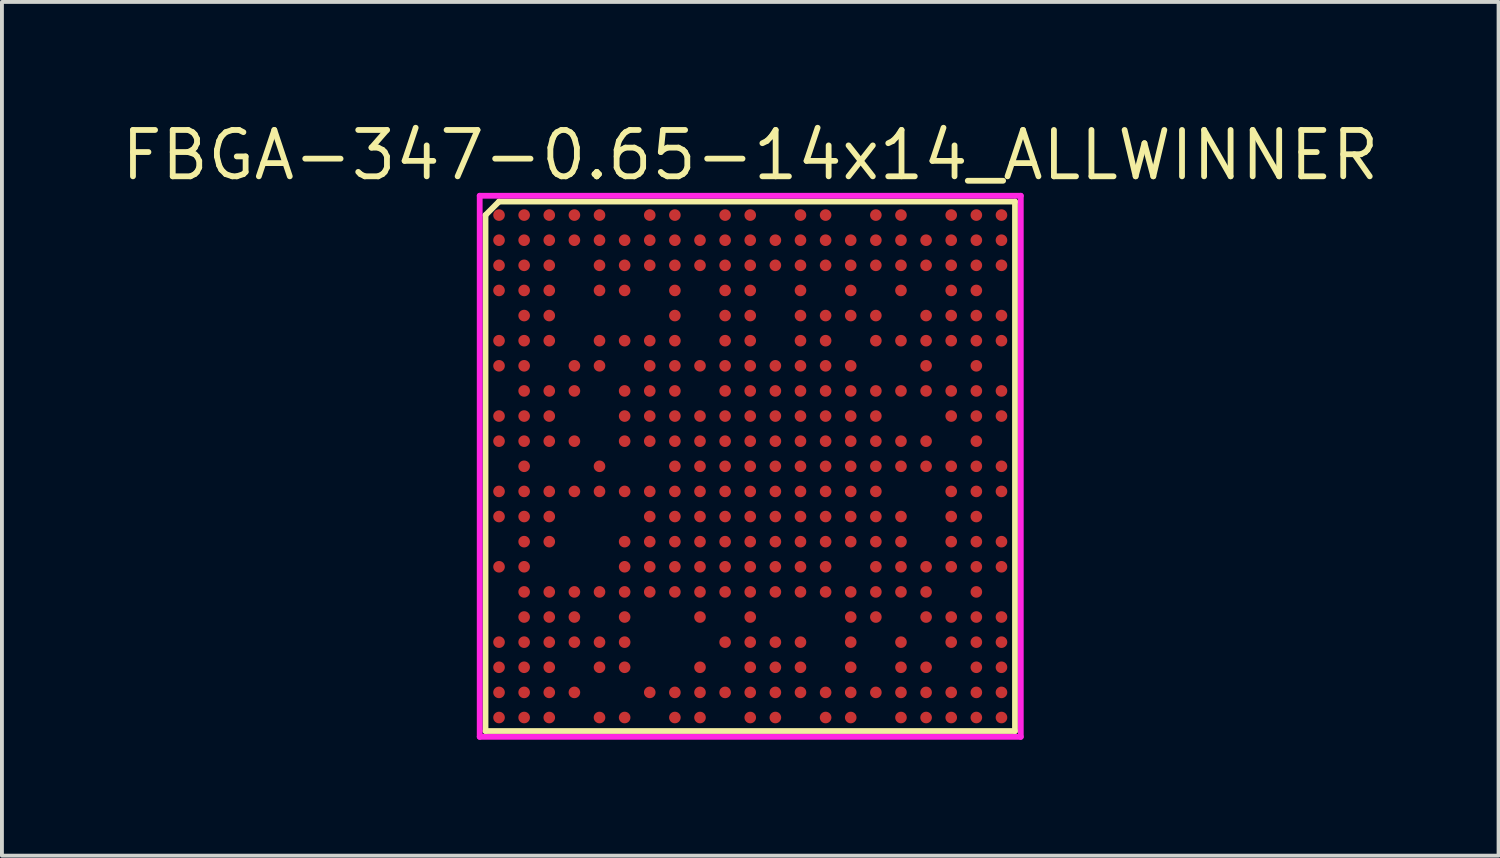
<source format=kicad_pcb>
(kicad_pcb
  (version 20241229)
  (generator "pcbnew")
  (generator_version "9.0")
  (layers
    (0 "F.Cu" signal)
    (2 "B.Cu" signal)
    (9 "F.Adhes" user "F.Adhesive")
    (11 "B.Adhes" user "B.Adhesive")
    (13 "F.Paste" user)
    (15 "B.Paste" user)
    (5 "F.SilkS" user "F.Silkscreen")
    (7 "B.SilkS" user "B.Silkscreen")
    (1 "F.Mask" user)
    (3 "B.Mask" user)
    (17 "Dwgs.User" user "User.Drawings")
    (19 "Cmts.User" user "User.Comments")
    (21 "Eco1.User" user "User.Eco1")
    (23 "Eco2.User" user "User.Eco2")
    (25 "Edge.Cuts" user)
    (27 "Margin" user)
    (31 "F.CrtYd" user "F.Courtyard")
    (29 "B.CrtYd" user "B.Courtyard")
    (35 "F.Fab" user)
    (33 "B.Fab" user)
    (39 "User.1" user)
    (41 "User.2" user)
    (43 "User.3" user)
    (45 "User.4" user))
  (footprint "FBGA-347-0.65-14x14_ALLWINNER"
    (layer "F.Cu")
    (at 16.362 9.015)
    (property "Reference" "FBGA-347-0.65-14x14_ALLWINNER" (at 0 -8.05 0) (layer "F.SilkS") (effects (font (size 1.2 1.2) (thickness 0.15))))
    (attr through_hole)
    (fp_line (start -6.85 -6.5) (end -6.85 6.85) (stroke (width 0.15) (type solid)) (layer "F.SilkS"))
    (fp_line (start -6.85 6.85) (end 6.85 6.85) (stroke (width 0.15) (type solid)) (layer "F.SilkS"))
    (fp_line (start -6.5 -6.85) (end -6.85 -6.5) (stroke (width 0.15) (type solid)) (layer "F.SilkS"))
    (fp_line (start 6.85 -6.85) (end -6.5 -6.85) (stroke (width 0.15) (type solid)) (layer "F.SilkS"))
    (fp_line (start 6.85 6.85) (end 6.85 -6.85) (stroke (width 0.15) (type solid)) (layer "F.SilkS"))
    (fp_line (start -7 -7) (end 7 -7) (stroke (width 0.15) (type solid)) (layer "F.CrtYd"))
    (fp_line (start -7 7) (end -7 -7) (stroke (width 0.15) (type solid)) (layer "F.CrtYd"))
    (fp_line (start 7 -7) (end 7 7) (stroke (width 0.15) (type solid)) (layer "F.CrtYd"))
    (fp_line (start 7 7) (end -7 7) (stroke (width 0.15) (type solid)) (layer "F.CrtYd"))
    (pad "A1" smd circle (at -6.5 -6.5) (size 0.3 0.3) (layers "F.Cu" "F.Mask" "F.Paste"))
    (pad "A2" smd circle (at -5.85 -6.5) (size 0.3 0.3) (layers "F.Cu" "F.Mask" "F.Paste"))
    (pad "A3" smd circle (at -5.2 -6.5) (size 0.3 0.3) (layers "F.Cu" "F.Mask" "F.Paste"))
    (pad "A4" smd circle (at -4.55 -6.5) (size 0.3 0.3) (layers "F.Cu" "F.Mask" "F.Paste"))
    (pad "A5" smd circle (at -3.9 -6.5) (size 0.3 0.3) (layers "F.Cu" "F.Mask" "F.Paste"))
    (pad "A7" smd circle (at -2.6 -6.5) (size 0.3 0.3) (layers "F.Cu" "F.Mask" "F.Paste"))
    (pad "A8" smd circle (at -1.95 -6.5) (size 0.3 0.3) (layers "F.Cu" "F.Mask" "F.Paste"))
    (pad "A10" smd circle (at -0.65 -6.5) (size 0.3 0.3) (layers "F.Cu" "F.Mask" "F.Paste"))
    (pad "A11" smd circle (at 0 -6.5) (size 0.3 0.3) (layers "F.Cu" "F.Mask" "F.Paste"))
    (pad "A13" smd circle (at 1.3 -6.5) (size 0.3 0.3) (layers "F.Cu" "F.Mask" "F.Paste"))
    (pad "A14" smd circle (at 1.95 -6.5) (size 0.3 0.3) (layers "F.Cu" "F.Mask" "F.Paste"))
    (pad "A16" smd circle (at 3.25 -6.5) (size 0.3 0.3) (layers "F.Cu" "F.Mask" "F.Paste"))
    (pad "A17" smd circle (at 3.9 -6.5) (size 0.3 0.3) (layers "F.Cu" "F.Mask" "F.Paste"))
    (pad "A19" smd circle (at 5.2 -6.5) (size 0.3 0.3) (layers "F.Cu" "F.Mask" "F.Paste"))
    (pad "A20" smd circle (at 5.85 -6.5) (size 0.3 0.3) (layers "F.Cu" "F.Mask" "F.Paste"))
    (pad "A21" smd circle (at 6.5 -6.5) (size 0.3 0.3) (layers "F.Cu" "F.Mask" "F.Paste"))
    (pad "AA1" smd circle (at -6.5 6.5) (size 0.3 0.3) (layers "F.Cu" "F.Mask" "F.Paste"))
    (pad "AA2" smd circle (at -5.85 6.5) (size 0.3 0.3) (layers "F.Cu" "F.Mask" "F.Paste"))
    (pad "AA3" smd circle (at -5.2 6.5) (size 0.3 0.3) (layers "F.Cu" "F.Mask" "F.Paste"))
    (pad "AA5" smd circle (at -3.9 6.5) (size 0.3 0.3) (layers "F.Cu" "F.Mask" "F.Paste"))
    (pad "AA6" smd circle (at -3.25 6.5) (size 0.3 0.3) (layers "F.Cu" "F.Mask" "F.Paste"))
    (pad "AA8" smd circle (at -1.95 6.5) (size 0.3 0.3) (layers "F.Cu" "F.Mask" "F.Paste"))
    (pad "AA9" smd circle (at -1.3 6.5) (size 0.3 0.3) (layers "F.Cu" "F.Mask" "F.Paste"))
    (pad "AA11" smd circle (at 0 6.5) (size 0.3 0.3) (layers "F.Cu" "F.Mask" "F.Paste"))
    (pad "AA12" smd circle (at 0.65 6.5) (size 0.3 0.3) (layers "F.Cu" "F.Mask" "F.Paste"))
    (pad "AA14" smd circle (at 1.95 6.5) (size 0.3 0.3) (layers "F.Cu" "F.Mask" "F.Paste"))
    (pad "AA15" smd circle (at 2.6 6.5) (size 0.3 0.3) (layers "F.Cu" "F.Mask" "F.Paste"))
    (pad "AA17" smd circle (at 3.9 6.5) (size 0.3 0.3) (layers "F.Cu" "F.Mask" "F.Paste"))
    (pad "AA18" smd circle (at 4.55 6.5) (size 0.3 0.3) (layers "F.Cu" "F.Mask" "F.Paste"))
    (pad "AA19" smd circle (at 5.2 6.5) (size 0.3 0.3) (layers "F.Cu" "F.Mask" "F.Paste"))
    (pad "AA20" smd circle (at 5.85 6.5) (size 0.3 0.3) (layers "F.Cu" "F.Mask" "F.Paste"))
    (pad "AA21" smd circle (at 6.5 6.5) (size 0.3 0.3) (layers "F.Cu" "F.Mask" "F.Paste"))
    (pad "B1" smd circle (at -6.5 -5.85) (size 0.3 0.3) (layers "F.Cu" "F.Mask" "F.Paste"))
    (pad "B2" smd circle (at -5.85 -5.85) (size 0.3 0.3) (layers "F.Cu" "F.Mask" "F.Paste"))
    (pad "B3" smd circle (at -5.2 -5.85) (size 0.3 0.3) (layers "F.Cu" "F.Mask" "F.Paste"))
    (pad "B4" smd circle (at -4.55 -5.85) (size 0.3 0.3) (layers "F.Cu" "F.Mask" "F.Paste"))
    (pad "B5" smd circle (at -3.9 -5.85) (size 0.3 0.3) (layers "F.Cu" "F.Mask" "F.Paste"))
    (pad "B6" smd circle (at -3.25 -5.85) (size 0.3 0.3) (layers "F.Cu" "F.Mask" "F.Paste"))
    (pad "B7" smd circle (at -2.6 -5.85) (size 0.3 0.3) (layers "F.Cu" "F.Mask" "F.Paste"))
    (pad "B8" smd circle (at -1.95 -5.85) (size 0.3 0.3) (layers "F.Cu" "F.Mask" "F.Paste"))
    (pad "B9" smd circle (at -1.3 -5.85) (size 0.3 0.3) (layers "F.Cu" "F.Mask" "F.Paste"))
    (pad "B10" smd circle (at -0.65 -5.85) (size 0.3 0.3) (layers "F.Cu" "F.Mask" "F.Paste"))
    (pad "B11" smd circle (at 0 -5.85) (size 0.3 0.3) (layers "F.Cu" "F.Mask" "F.Paste"))
    (pad "B12" smd circle (at 0.65 -5.85) (size 0.3 0.3) (layers "F.Cu" "F.Mask" "F.Paste"))
    (pad "B13" smd circle (at 1.3 -5.85) (size 0.3 0.3) (layers "F.Cu" "F.Mask" "F.Paste"))
    (pad "B14" smd circle (at 1.95 -5.85) (size 0.3 0.3) (layers "F.Cu" "F.Mask" "F.Paste"))
    (pad "B15" smd circle (at 2.6 -5.85) (size 0.3 0.3) (layers "F.Cu" "F.Mask" "F.Paste"))
    (pad "B16" smd circle (at 3.25 -5.85) (size 0.3 0.3) (layers "F.Cu" "F.Mask" "F.Paste"))
    (pad "B17" smd circle (at 3.9 -5.85) (size 0.3 0.3) (layers "F.Cu" "F.Mask" "F.Paste"))
    (pad "B18" smd circle (at 4.55 -5.85) (size 0.3 0.3) (layers "F.Cu" "F.Mask" "F.Paste"))
    (pad "B19" smd circle (at 5.2 -5.85) (size 0.3 0.3) (layers "F.Cu" "F.Mask" "F.Paste"))
    (pad "B20" smd circle (at 5.85 -5.85) (size 0.3 0.3) (layers "F.Cu" "F.Mask" "F.Paste"))
    (pad "B21" smd circle (at 6.5 -5.85) (size 0.3 0.3) (layers "F.Cu" "F.Mask" "F.Paste"))
    (pad "C1" smd circle (at -6.5 -5.2) (size 0.3 0.3) (layers "F.Cu" "F.Mask" "F.Paste"))
    (pad "C2" smd circle (at -5.85 -5.2) (size 0.3 0.3) (layers "F.Cu" "F.Mask" "F.Paste"))
    (pad "C3" smd circle (at -5.2 -5.2) (size 0.3 0.3) (layers "F.Cu" "F.Mask" "F.Paste"))
    (pad "C5" smd circle (at -3.9 -5.2) (size 0.3 0.3) (layers "F.Cu" "F.Mask" "F.Paste"))
    (pad "C6" smd circle (at -3.25 -5.2) (size 0.3 0.3) (layers "F.Cu" "F.Mask" "F.Paste"))
    (pad "C7" smd circle (at -2.6 -5.2) (size 0.3 0.3) (layers "F.Cu" "F.Mask" "F.Paste"))
    (pad "C8" smd circle (at -1.95 -5.2) (size 0.3 0.3) (layers "F.Cu" "F.Mask" "F.Paste"))
    (pad "C9" smd circle (at -1.3 -5.2) (size 0.3 0.3) (layers "F.Cu" "F.Mask" "F.Paste"))
    (pad "C10" smd circle (at -0.65 -5.2) (size 0.3 0.3) (layers "F.Cu" "F.Mask" "F.Paste"))
    (pad "C11" smd circle (at 0 -5.2) (size 0.3 0.3) (layers "F.Cu" "F.Mask" "F.Paste"))
    (pad "C12" smd circle (at 0.65 -5.2) (size 0.3 0.3) (layers "F.Cu" "F.Mask" "F.Paste"))
    (pad "C13" smd circle (at 1.3 -5.2) (size 0.3 0.3) (layers "F.Cu" "F.Mask" "F.Paste"))
    (pad "C14" smd circle (at 1.95 -5.2) (size 0.3 0.3) (layers "F.Cu" "F.Mask" "F.Paste"))
    (pad "C15" smd circle (at 2.6 -5.2) (size 0.3 0.3) (layers "F.Cu" "F.Mask" "F.Paste"))
    (pad "C16" smd circle (at 3.25 -5.2) (size 0.3 0.3) (layers "F.Cu" "F.Mask" "F.Paste"))
    (pad "C17" smd circle (at 3.9 -5.2) (size 0.3 0.3) (layers "F.Cu" "F.Mask" "F.Paste"))
    (pad "C18" smd circle (at 4.55 -5.2) (size 0.3 0.3) (layers "F.Cu" "F.Mask" "F.Paste"))
    (pad "C19" smd circle (at 5.2 -5.2) (size 0.3 0.3) (layers "F.Cu" "F.Mask" "F.Paste"))
    (pad "C20" smd circle (at 5.85 -5.2) (size 0.3 0.3) (layers "F.Cu" "F.Mask" "F.Paste"))
    (pad "C21" smd circle (at 6.5 -5.2) (size 0.3 0.3) (layers "F.Cu" "F.Mask" "F.Paste"))
    (pad "D1" smd circle (at -6.5 -4.55) (size 0.3 0.3) (layers "F.Cu" "F.Mask" "F.Paste"))
    (pad "D2" smd circle (at -5.85 -4.55) (size 0.3 0.3) (layers "F.Cu" "F.Mask" "F.Paste"))
    (pad "D3" smd circle (at -5.2 -4.55) (size 0.3 0.3) (layers "F.Cu" "F.Mask" "F.Paste"))
    (pad "D5" smd circle (at -3.9 -4.55) (size 0.3 0.3) (layers "F.Cu" "F.Mask" "F.Paste"))
    (pad "D6" smd circle (at -3.25 -4.55) (size 0.3 0.3) (layers "F.Cu" "F.Mask" "F.Paste"))
    (pad "D8" smd circle (at -1.95 -4.55) (size 0.3 0.3) (layers "F.Cu" "F.Mask" "F.Paste"))
    (pad "D10" smd circle (at -0.65 -4.55) (size 0.3 0.3) (layers "F.Cu" "F.Mask" "F.Paste"))
    (pad "D11" smd circle (at 0 -4.55) (size 0.3 0.3) (layers "F.Cu" "F.Mask" "F.Paste"))
    (pad "D13" smd circle (at 1.3 -4.55) (size 0.3 0.3) (layers "F.Cu" "F.Mask" "F.Paste"))
    (pad "D15" smd circle (at 2.6 -4.55) (size 0.3 0.3) (layers "F.Cu" "F.Mask" "F.Paste"))
    (pad "D17" smd circle (at 3.9 -4.55) (size 0.3 0.3) (layers "F.Cu" "F.Mask" "F.Paste"))
    (pad "D19" smd circle (at 5.2 -4.55) (size 0.3 0.3) (layers "F.Cu" "F.Mask" "F.Paste"))
    (pad "D20" smd circle (at 5.85 -4.55) (size 0.3 0.3) (layers "F.Cu" "F.Mask" "F.Paste"))
    (pad "E2" smd circle (at -5.85 -3.9) (size 0.3 0.3) (layers "F.Cu" "F.Mask" "F.Paste"))
    (pad "E3" smd circle (at -5.2 -3.9) (size 0.3 0.3) (layers "F.Cu" "F.Mask" "F.Paste"))
    (pad "E8" smd circle (at -1.95 -3.9) (size 0.3 0.3) (layers "F.Cu" "F.Mask" "F.Paste"))
    (pad "E10" smd circle (at -0.65 -3.9) (size 0.3 0.3) (layers "F.Cu" "F.Mask" "F.Paste"))
    (pad "E11" smd circle (at 0 -3.9) (size 0.3 0.3) (layers "F.Cu" "F.Mask" "F.Paste"))
    (pad "E13" smd circle (at 1.3 -3.9) (size 0.3 0.3) (layers "F.Cu" "F.Mask" "F.Paste"))
    (pad "E14" smd circle (at 1.95 -3.9) (size 0.3 0.3) (layers "F.Cu" "F.Mask" "F.Paste"))
    (pad "E15" smd circle (at 2.6 -3.9) (size 0.3 0.3) (layers "F.Cu" "F.Mask" "F.Paste"))
    (pad "E16" smd circle (at 3.25 -3.9) (size 0.3 0.3) (layers "F.Cu" "F.Mask" "F.Paste"))
    (pad "E18" smd circle (at 4.55 -3.9) (size 0.3 0.3) (layers "F.Cu" "F.Mask" "F.Paste"))
    (pad "E19" smd circle (at 5.2 -3.9) (size 0.3 0.3) (layers "F.Cu" "F.Mask" "F.Paste"))
    (pad "E20" smd circle (at 5.85 -3.9) (size 0.3 0.3) (layers "F.Cu" "F.Mask" "F.Paste"))
    (pad "E21" smd circle (at 6.5 -3.9) (size 0.3 0.3) (layers "F.Cu" "F.Mask" "F.Paste"))
    (pad "F1" smd circle (at -6.5 -3.25) (size 0.3 0.3) (layers "F.Cu" "F.Mask" "F.Paste"))
    (pad "F2" smd circle (at -5.85 -3.25) (size 0.3 0.3) (layers "F.Cu" "F.Mask" "F.Paste"))
    (pad "F3" smd circle (at -5.2 -3.25) (size 0.3 0.3) (layers "F.Cu" "F.Mask" "F.Paste"))
    (pad "F5" smd circle (at -3.9 -3.25) (size 0.3 0.3) (layers "F.Cu" "F.Mask" "F.Paste"))
    (pad "F6" smd circle (at -3.25 -3.25) (size 0.3 0.3) (layers "F.Cu" "F.Mask" "F.Paste"))
    (pad "F7" smd circle (at -2.6 -3.25) (size 0.3 0.3) (layers "F.Cu" "F.Mask" "F.Paste"))
    (pad "F8" smd circle (at -1.95 -3.25) (size 0.3 0.3) (layers "F.Cu" "F.Mask" "F.Paste"))
    (pad "F10" smd circle (at -0.65 -3.25) (size 0.3 0.3) (layers "F.Cu" "F.Mask" "F.Paste"))
    (pad "F11" smd circle (at 0 -3.25) (size 0.3 0.3) (layers "F.Cu" "F.Mask" "F.Paste"))
    (pad "F13" smd circle (at 1.3 -3.25) (size 0.3 0.3) (layers "F.Cu" "F.Mask" "F.Paste"))
    (pad "F14" smd circle (at 1.95 -3.25) (size 0.3 0.3) (layers "F.Cu" "F.Mask" "F.Paste"))
    (pad "F16" smd circle (at 3.25 -3.25) (size 0.3 0.3) (layers "F.Cu" "F.Mask" "F.Paste"))
    (pad "F17" smd circle (at 3.9 -3.25) (size 0.3 0.3) (layers "F.Cu" "F.Mask" "F.Paste"))
    (pad "F18" smd circle (at 4.55 -3.25) (size 0.3 0.3) (layers "F.Cu" "F.Mask" "F.Paste"))
    (pad "F19" smd circle (at 5.2 -3.25) (size 0.3 0.3) (layers "F.Cu" "F.Mask" "F.Paste"))
    (pad "F20" smd circle (at 5.85 -3.25) (size 0.3 0.3) (layers "F.Cu" "F.Mask" "F.Paste"))
    (pad "F21" smd circle (at 6.5 -3.25) (size 0.3 0.3) (layers "F.Cu" "F.Mask" "F.Paste"))
    (pad "G1" smd circle (at -6.5 -2.6) (size 0.3 0.3) (layers "F.Cu" "F.Mask" "F.Paste"))
    (pad "G2" smd circle (at -5.85 -2.6) (size 0.3 0.3) (layers "F.Cu" "F.Mask" "F.Paste"))
    (pad "G4" smd circle (at -4.55 -2.6) (size 0.3 0.3) (layers "F.Cu" "F.Mask" "F.Paste"))
    (pad "G5" smd circle (at -3.9 -2.6) (size 0.3 0.3) (layers "F.Cu" "F.Mask" "F.Paste"))
    (pad "G7" smd circle (at -2.6 -2.6) (size 0.3 0.3) (layers "F.Cu" "F.Mask" "F.Paste"))
    (pad "G8" smd circle (at -1.95 -2.6) (size 0.3 0.3) (layers "F.Cu" "F.Mask" "F.Paste"))
    (pad "G9" smd circle (at -1.3 -2.6) (size 0.3 0.3) (layers "F.Cu" "F.Mask" "F.Paste"))
    (pad "G10" smd circle (at -0.65 -2.6) (size 0.3 0.3) (layers "F.Cu" "F.Mask" "F.Paste"))
    (pad "G11" smd circle (at 0 -2.6) (size 0.3 0.3) (layers "F.Cu" "F.Mask" "F.Paste"))
    (pad "G12" smd circle (at 0.65 -2.6) (size 0.3 0.3) (layers "F.Cu" "F.Mask" "F.Paste"))
    (pad "G13" smd circle (at 1.3 -2.6) (size 0.3 0.3) (layers "F.Cu" "F.Mask" "F.Paste"))
    (pad "G14" smd circle (at 1.95 -2.6) (size 0.3 0.3) (layers "F.Cu" "F.Mask" "F.Paste"))
    (pad "G15" smd circle (at 2.6 -2.6) (size 0.3 0.3) (layers "F.Cu" "F.Mask" "F.Paste"))
    (pad "G18" smd circle (at 4.55 -2.6) (size 0.3 0.3) (layers "F.Cu" "F.Mask" "F.Paste"))
    (pad "G20" smd circle (at 5.85 -2.6) (size 0.3 0.3) (layers "F.Cu" "F.Mask" "F.Paste"))
    (pad "H2" smd circle (at -5.85 -1.95) (size 0.3 0.3) (layers "F.Cu" "F.Mask" "F.Paste"))
    (pad "H3" smd circle (at -5.2 -1.95) (size 0.3 0.3) (layers "F.Cu" "F.Mask" "F.Paste"))
    (pad "H4" smd circle (at -4.55 -1.95) (size 0.3 0.3) (layers "F.Cu" "F.Mask" "F.Paste"))
    (pad "H6" smd circle (at -3.25 -1.95) (size 0.3 0.3) (layers "F.Cu" "F.Mask" "F.Paste"))
    (pad "H7" smd circle (at -2.6 -1.95) (size 0.3 0.3) (layers "F.Cu" "F.Mask" "F.Paste"))
    (pad "H8" smd circle (at -1.95 -1.95) (size 0.3 0.3) (layers "F.Cu" "F.Mask" "F.Paste"))
    (pad "H10" smd circle (at -0.65 -1.95) (size 0.3 0.3) (layers "F.Cu" "F.Mask" "F.Paste"))
    (pad "H11" smd circle (at 0 -1.95) (size 0.3 0.3) (layers "F.Cu" "F.Mask" "F.Paste"))
    (pad "H12" smd circle (at 0.65 -1.95) (size 0.3 0.3) (layers "F.Cu" "F.Mask" "F.Paste"))
    (pad "H13" smd circle (at 1.3 -1.95) (size 0.3 0.3) (layers "F.Cu" "F.Mask" "F.Paste"))
    (pad "H14" smd circle (at 1.95 -1.95) (size 0.3 0.3) (layers "F.Cu" "F.Mask" "F.Paste"))
    (pad "H15" smd circle (at 2.6 -1.95) (size 0.3 0.3) (layers "F.Cu" "F.Mask" "F.Paste"))
    (pad "H16" smd circle (at 3.25 -1.95) (size 0.3 0.3) (layers "F.Cu" "F.Mask" "F.Paste"))
    (pad "H17" smd circle (at 3.9 -1.95) (size 0.3 0.3) (layers "F.Cu" "F.Mask" "F.Paste"))
    (pad "H18" smd circle (at 4.55 -1.95) (size 0.3 0.3) (layers "F.Cu" "F.Mask" "F.Paste"))
    (pad "H19" smd circle (at 5.2 -1.95) (size 0.3 0.3) (layers "F.Cu" "F.Mask" "F.Paste"))
    (pad "H20" smd circle (at 5.85 -1.95) (size 0.3 0.3) (layers "F.Cu" "F.Mask" "F.Paste"))
    (pad "H21" smd circle (at 6.5 -1.95) (size 0.3 0.3) (layers "F.Cu" "F.Mask" "F.Paste"))
    (pad "J1" smd circle (at -6.5 -1.3) (size 0.3 0.3) (layers "F.Cu" "F.Mask" "F.Paste"))
    (pad "J2" smd circle (at -5.85 -1.3) (size 0.3 0.3) (layers "F.Cu" "F.Mask" "F.Paste"))
    (pad "J3" smd circle (at -5.2 -1.3) (size 0.3 0.3) (layers "F.Cu" "F.Mask" "F.Paste"))
    (pad "J6" smd circle (at -3.25 -1.3) (size 0.3 0.3) (layers "F.Cu" "F.Mask" "F.Paste"))
    (pad "J7" smd circle (at -2.6 -1.3) (size 0.3 0.3) (layers "F.Cu" "F.Mask" "F.Paste"))
    (pad "J8" smd circle (at -1.95 -1.3) (size 0.3 0.3) (layers "F.Cu" "F.Mask" "F.Paste"))
    (pad "J9" smd circle (at -1.3 -1.3) (size 0.3 0.3) (layers "F.Cu" "F.Mask" "F.Paste"))
    (pad "J10" smd circle (at -0.65 -1.3) (size 0.3 0.3) (layers "F.Cu" "F.Mask" "F.Paste"))
    (pad "J11" smd circle (at 0 -1.3) (size 0.3 0.3) (layers "F.Cu" "F.Mask" "F.Paste"))
    (pad "J12" smd circle (at 0.65 -1.3) (size 0.3 0.3) (layers "F.Cu" "F.Mask" "F.Paste"))
    (pad "J13" smd circle (at 1.3 -1.3) (size 0.3 0.3) (layers "F.Cu" "F.Mask" "F.Paste"))
    (pad "J14" smd circle (at 1.95 -1.3) (size 0.3 0.3) (layers "F.Cu" "F.Mask" "F.Paste"))
    (pad "J15" smd circle (at 2.6 -1.3) (size 0.3 0.3) (layers "F.Cu" "F.Mask" "F.Paste"))
    (pad "J16" smd circle (at 3.25 -1.3) (size 0.3 0.3) (layers "F.Cu" "F.Mask" "F.Paste"))
    (pad "J19" smd circle (at 5.2 -1.3) (size 0.3 0.3) (layers "F.Cu" "F.Mask" "F.Paste"))
    (pad "J20" smd circle (at 5.85 -1.3) (size 0.3 0.3) (layers "F.Cu" "F.Mask" "F.Paste"))
    (pad "J21" smd circle (at 6.5 -1.3) (size 0.3 0.3) (layers "F.Cu" "F.Mask" "F.Paste"))
    (pad "K1" smd circle (at -6.5 -0.65) (size 0.3 0.3) (layers "F.Cu" "F.Mask" "F.Paste"))
    (pad "K2" smd circle (at -5.85 -0.65) (size 0.3 0.3) (layers "F.Cu" "F.Mask" "F.Paste"))
    (pad "K3" smd circle (at -5.2 -0.65) (size 0.3 0.3) (layers "F.Cu" "F.Mask" "F.Paste"))
    (pad "K4" smd circle (at -4.55 -0.65) (size 0.3 0.3) (layers "F.Cu" "F.Mask" "F.Paste"))
    (pad "K6" smd circle (at -3.25 -0.65) (size 0.3 0.3) (layers "F.Cu" "F.Mask" "F.Paste"))
    (pad "K7" smd circle (at -2.6 -0.65) (size 0.3 0.3) (layers "F.Cu" "F.Mask" "F.Paste"))
    (pad "K8" smd circle (at -1.95 -0.65) (size 0.3 0.3) (layers "F.Cu" "F.Mask" "F.Paste"))
    (pad "K9" smd circle (at -1.3 -0.65) (size 0.3 0.3) (layers "F.Cu" "F.Mask" "F.Paste"))
    (pad "K10" smd circle (at -0.65 -0.65) (size 0.3 0.3) (layers "F.Cu" "F.Mask" "F.Paste"))
    (pad "K11" smd circle (at 0 -0.65) (size 0.3 0.3) (layers "F.Cu" "F.Mask" "F.Paste"))
    (pad "K12" smd circle (at 0.65 -0.65) (size 0.3 0.3) (layers "F.Cu" "F.Mask" "F.Paste"))
    (pad "K13" smd circle (at 1.3 -0.65) (size 0.3 0.3) (layers "F.Cu" "F.Mask" "F.Paste"))
    (pad "K14" smd circle (at 1.95 -0.65) (size 0.3 0.3) (layers "F.Cu" "F.Mask" "F.Paste"))
    (pad "K15" smd circle (at 2.6 -0.65) (size 0.3 0.3) (layers "F.Cu" "F.Mask" "F.Paste"))
    (pad "K16" smd circle (at 3.25 -0.65) (size 0.3 0.3) (layers "F.Cu" "F.Mask" "F.Paste"))
    (pad "K17" smd circle (at 3.9 -0.65) (size 0.3 0.3) (layers "F.Cu" "F.Mask" "F.Paste"))
    (pad "K18" smd circle (at 4.55 -0.65) (size 0.3 0.3) (layers "F.Cu" "F.Mask" "F.Paste"))
    (pad "K20" smd circle (at 5.85 -0.65) (size 0.3 0.3) (layers "F.Cu" "F.Mask" "F.Paste"))
    (pad "L2" smd circle (at -5.85 0) (size 0.3 0.3) (layers "F.Cu" "F.Mask" "F.Paste"))
    (pad "L5" smd circle (at -3.9 0) (size 0.3 0.3) (layers "F.Cu" "F.Mask" "F.Paste"))
    (pad "L8" smd circle (at -1.95 0) (size 0.3 0.3) (layers "F.Cu" "F.Mask" "F.Paste"))
    (pad "L9" smd circle (at -1.3 0) (size 0.3 0.3) (layers "F.Cu" "F.Mask" "F.Paste"))
    (pad "L10" smd circle (at -0.65 0) (size 0.3 0.3) (layers "F.Cu" "F.Mask" "F.Paste"))
    (pad "L11" smd circle (at 0 0) (size 0.3 0.3) (layers "F.Cu" "F.Mask" "F.Paste"))
    (pad "L12" smd circle (at 0.65 0) (size 0.3 0.3) (layers "F.Cu" "F.Mask" "F.Paste"))
    (pad "L13" smd circle (at 1.3 0) (size 0.3 0.3) (layers "F.Cu" "F.Mask" "F.Paste"))
    (pad "L14" smd circle (at 1.95 0) (size 0.3 0.3) (layers "F.Cu" "F.Mask" "F.Paste"))
    (pad "L15" smd circle (at 2.6 0) (size 0.3 0.3) (layers "F.Cu" "F.Mask" "F.Paste"))
    (pad "L16" smd circle (at 3.25 0) (size 0.3 0.3) (layers "F.Cu" "F.Mask" "F.Paste"))
    (pad "L17" smd circle (at 3.9 0) (size 0.3 0.3) (layers "F.Cu" "F.Mask" "F.Paste"))
    (pad "L18" smd circle (at 4.55 0) (size 0.3 0.3) (layers "F.Cu" "F.Mask" "F.Paste"))
    (pad "L19" smd circle (at 5.2 0) (size 0.3 0.3) (layers "F.Cu" "F.Mask" "F.Paste"))
    (pad "L20" smd circle (at 5.85 0) (size 0.3 0.3) (layers "F.Cu" "F.Mask" "F.Paste"))
    (pad "L21" smd circle (at 6.5 0) (size 0.3 0.3) (layers "F.Cu" "F.Mask" "F.Paste"))
    (pad "M1" smd circle (at -6.5 0.65) (size 0.3 0.3) (layers "F.Cu" "F.Mask" "F.Paste"))
    (pad "M2" smd circle (at -5.85 0.65) (size 0.3 0.3) (layers "F.Cu" "F.Mask" "F.Paste"))
    (pad "M3" smd circle (at -5.2 0.65) (size 0.3 0.3) (layers "F.Cu" "F.Mask" "F.Paste"))
    (pad "M4" smd circle (at -4.55 0.65) (size 0.3 0.3) (layers "F.Cu" "F.Mask" "F.Paste"))
    (pad "M5" smd circle (at -3.9 0.65) (size 0.3 0.3) (layers "F.Cu" "F.Mask" "F.Paste"))
    (pad "M6" smd circle (at -3.25 0.65) (size 0.3 0.3) (layers "F.Cu" "F.Mask" "F.Paste"))
    (pad "M7" smd circle (at -2.6 0.65) (size 0.3 0.3) (layers "F.Cu" "F.Mask" "F.Paste"))
    (pad "M8" smd circle (at -1.95 0.65) (size 0.3 0.3) (layers "F.Cu" "F.Mask" "F.Paste"))
    (pad "M9" smd circle (at -1.3 0.65) (size 0.3 0.3) (layers "F.Cu" "F.Mask" "F.Paste"))
    (pad "M10" smd circle (at -0.65 0.65) (size 0.3 0.3) (layers "F.Cu" "F.Mask" "F.Paste"))
    (pad "M11" smd circle (at 0 0.65) (size 0.3 0.3) (layers "F.Cu" "F.Mask" "F.Paste"))
    (pad "M12" smd circle (at 0.65 0.65) (size 0.3 0.3) (layers "F.Cu" "F.Mask" "F.Paste"))
    (pad "M13" smd circle (at 1.3 0.65) (size 0.3 0.3) (layers "F.Cu" "F.Mask" "F.Paste"))
    (pad "M14" smd circle (at 1.95 0.65) (size 0.3 0.3) (layers "F.Cu" "F.Mask" "F.Paste"))
    (pad "M15" smd circle (at 2.6 0.65) (size 0.3 0.3) (layers "F.Cu" "F.Mask" "F.Paste"))
    (pad "M16" smd circle (at 3.25 0.65) (size 0.3 0.3) (layers "F.Cu" "F.Mask" "F.Paste"))
    (pad "M19" smd circle (at 5.2 0.65) (size 0.3 0.3) (layers "F.Cu" "F.Mask" "F.Paste"))
    (pad "M20" smd circle (at 5.85 0.65) (size 0.3 0.3) (layers "F.Cu" "F.Mask" "F.Paste"))
    (pad "M21" smd circle (at 6.5 0.65) (size 0.3 0.3) (layers "F.Cu" "F.Mask" "F.Paste"))
    (pad "N1" smd circle (at -6.5 1.3) (size 0.3 0.3) (layers "F.Cu" "F.Mask" "F.Paste"))
    (pad "N2" smd circle (at -5.85 1.3) (size 0.3 0.3) (layers "F.Cu" "F.Mask" "F.Paste"))
    (pad "N3" smd circle (at -5.2 1.3) (size 0.3 0.3) (layers "F.Cu" "F.Mask" "F.Paste"))
    (pad "N7" smd circle (at -2.6 1.3) (size 0.3 0.3) (layers "F.Cu" "F.Mask" "F.Paste"))
    (pad "N8" smd circle (at -1.95 1.3) (size 0.3 0.3) (layers "F.Cu" "F.Mask" "F.Paste"))
    (pad "N9" smd circle (at -1.3 1.3) (size 0.3 0.3) (layers "F.Cu" "F.Mask" "F.Paste"))
    (pad "N10" smd circle (at -0.65 1.3) (size 0.3 0.3) (layers "F.Cu" "F.Mask" "F.Paste"))
    (pad "N11" smd circle (at 0 1.3) (size 0.3 0.3) (layers "F.Cu" "F.Mask" "F.Paste"))
    (pad "N12" smd circle (at 0.65 1.3) (size 0.3 0.3) (layers "F.Cu" "F.Mask" "F.Paste"))
    (pad "N13" smd circle (at 1.3 1.3) (size 0.3 0.3) (layers "F.Cu" "F.Mask" "F.Paste"))
    (pad "N14" smd circle (at 1.95 1.3) (size 0.3 0.3) (layers "F.Cu" "F.Mask" "F.Paste"))
    (pad "N15" smd circle (at 2.6 1.3) (size 0.3 0.3) (layers "F.Cu" "F.Mask" "F.Paste"))
    (pad "N16" smd circle (at 3.25 1.3) (size 0.3 0.3) (layers "F.Cu" "F.Mask" "F.Paste"))
    (pad "N17" smd circle (at 3.9 1.3) (size 0.3 0.3) (layers "F.Cu" "F.Mask" "F.Paste"))
    (pad "N19" smd circle (at 5.2 1.3) (size 0.3 0.3) (layers "F.Cu" "F.Mask" "F.Paste"))
    (pad "N20" smd circle (at 5.85 1.3) (size 0.3 0.3) (layers "F.Cu" "F.Mask" "F.Paste"))
    (pad "P2" smd circle (at -5.85 1.95) (size 0.3 0.3) (layers "F.Cu" "F.Mask" "F.Paste"))
    (pad "P3" smd circle (at -5.2 1.95) (size 0.3 0.3) (layers "F.Cu" "F.Mask" "F.Paste"))
    (pad "P6" smd circle (at -3.25 1.95) (size 0.3 0.3) (layers "F.Cu" "F.Mask" "F.Paste"))
    (pad "P7" smd circle (at -2.6 1.95) (size 0.3 0.3) (layers "F.Cu" "F.Mask" "F.Paste"))
    (pad "P8" smd circle (at -1.95 1.95) (size 0.3 0.3) (layers "F.Cu" "F.Mask" "F.Paste"))
    (pad "P9" smd circle (at -1.3 1.95) (size 0.3 0.3) (layers "F.Cu" "F.Mask" "F.Paste"))
    (pad "P10" smd circle (at -0.65 1.95) (size 0.3 0.3) (layers "F.Cu" "F.Mask" "F.Paste"))
    (pad "P11" smd circle (at 0 1.95) (size 0.3 0.3) (layers "F.Cu" "F.Mask" "F.Paste"))
    (pad "P12" smd circle (at 0.65 1.95) (size 0.3 0.3) (layers "F.Cu" "F.Mask" "F.Paste"))
    (pad "P13" smd circle (at 1.3 1.95) (size 0.3 0.3) (layers "F.Cu" "F.Mask" "F.Paste"))
    (pad "P14" smd circle (at 1.95 1.95) (size 0.3 0.3) (layers "F.Cu" "F.Mask" "F.Paste"))
    (pad "P15" smd circle (at 2.6 1.95) (size 0.3 0.3) (layers "F.Cu" "F.Mask" "F.Paste"))
    (pad "P16" smd circle (at 3.25 1.95) (size 0.3 0.3) (layers "F.Cu" "F.Mask" "F.Paste"))
    (pad "P17" smd circle (at 3.9 1.95) (size 0.3 0.3) (layers "F.Cu" "F.Mask" "F.Paste"))
    (pad "P19" smd circle (at 5.2 1.95) (size 0.3 0.3) (layers "F.Cu" "F.Mask" "F.Paste"))
    (pad "P20" smd circle (at 5.85 1.95) (size 0.3 0.3) (layers "F.Cu" "F.Mask" "F.Paste"))
    (pad "P21" smd circle (at 6.5 1.95) (size 0.3 0.3) (layers "F.Cu" "F.Mask" "F.Paste"))
    (pad "R1" smd circle (at -6.5 2.6) (size 0.3 0.3) (layers "F.Cu" "F.Mask" "F.Paste"))
    (pad "R2" smd circle (at -5.85 2.6) (size 0.3 0.3) (layers "F.Cu" "F.Mask" "F.Paste"))
    (pad "R6" smd circle (at -3.25 2.6) (size 0.3 0.3) (layers "F.Cu" "F.Mask" "F.Paste"))
    (pad "R7" smd circle (at -2.6 2.6) (size 0.3 0.3) (layers "F.Cu" "F.Mask" "F.Paste"))
    (pad "R8" smd circle (at -1.95 2.6) (size 0.3 0.3) (layers "F.Cu" "F.Mask" "F.Paste"))
    (pad "R9" smd circle (at -1.3 2.6) (size 0.3 0.3) (layers "F.Cu" "F.Mask" "F.Paste"))
    (pad "R10" smd circle (at -0.65 2.6) (size 0.3 0.3) (layers "F.Cu" "F.Mask" "F.Paste"))
    (pad "R11" smd circle (at 0 2.6) (size 0.3 0.3) (layers "F.Cu" "F.Mask" "F.Paste"))
    (pad "R12" smd circle (at 0.65 2.6) (size 0.3 0.3) (layers "F.Cu" "F.Mask" "F.Paste"))
    (pad "R13" smd circle (at 1.3 2.6) (size 0.3 0.3) (layers "F.Cu" "F.Mask" "F.Paste"))
    (pad "R14" smd circle (at 1.95 2.6) (size 0.3 0.3) (layers "F.Cu" "F.Mask" "F.Paste"))
    (pad "R16" smd circle (at 3.25 2.6) (size 0.3 0.3) (layers "F.Cu" "F.Mask" "F.Paste"))
    (pad "R17" smd circle (at 3.9 2.6) (size 0.3 0.3) (layers "F.Cu" "F.Mask" "F.Paste"))
    (pad "R18" smd circle (at 4.55 2.6) (size 0.3 0.3) (layers "F.Cu" "F.Mask" "F.Paste"))
    (pad "R19" smd circle (at 5.2 2.6) (size 0.3 0.3) (layers "F.Cu" "F.Mask" "F.Paste"))
    (pad "R20" smd circle (at 5.85 2.6) (size 0.3 0.3) (layers "F.Cu" "F.Mask" "F.Paste"))
    (pad "R21" smd circle (at 6.5 2.6) (size 0.3 0.3) (layers "F.Cu" "F.Mask" "F.Paste"))
    (pad "T2" smd circle (at -5.85 3.25) (size 0.3 0.3) (layers "F.Cu" "F.Mask" "F.Paste"))
    (pad "T3" smd circle (at -5.2 3.25) (size 0.3 0.3) (layers "F.Cu" "F.Mask" "F.Paste"))
    (pad "T4" smd circle (at -4.55 3.25) (size 0.3 0.3) (layers "F.Cu" "F.Mask" "F.Paste"))
    (pad "T5" smd circle (at -3.9 3.25) (size 0.3 0.3) (layers "F.Cu" "F.Mask" "F.Paste"))
    (pad "T6" smd circle (at -3.25 3.25) (size 0.3 0.3) (layers "F.Cu" "F.Mask" "F.Paste"))
    (pad "T7" smd circle (at -2.6 3.25) (size 0.3 0.3) (layers "F.Cu" "F.Mask" "F.Paste"))
    (pad "T8" smd circle (at -1.95 3.25) (size 0.3 0.3) (layers "F.Cu" "F.Mask" "F.Paste"))
    (pad "T9" smd circle (at -1.3 3.25) (size 0.3 0.3) (layers "F.Cu" "F.Mask" "F.Paste"))
    (pad "T10" smd circle (at -0.65 3.25) (size 0.3 0.3) (layers "F.Cu" "F.Mask" "F.Paste"))
    (pad "T11" smd circle (at 0 3.25) (size 0.3 0.3) (layers "F.Cu" "F.Mask" "F.Paste"))
    (pad "T12" smd circle (at 0.65 3.25) (size 0.3 0.3) (layers "F.Cu" "F.Mask" "F.Paste"))
    (pad "T13" smd circle (at 1.3 3.25) (size 0.3 0.3) (layers "F.Cu" "F.Mask" "F.Paste"))
    (pad "T14" smd circle (at 1.95 3.25) (size 0.3 0.3) (layers "F.Cu" "F.Mask" "F.Paste"))
    (pad "T15" smd circle (at 2.6 3.25) (size 0.3 0.3) (layers "F.Cu" "F.Mask" "F.Paste"))
    (pad "T16" smd circle (at 3.25 3.25) (size 0.3 0.3) (layers "F.Cu" "F.Mask" "F.Paste"))
    (pad "T17" smd circle (at 3.9 3.25) (size 0.3 0.3) (layers "F.Cu" "F.Mask" "F.Paste"))
    (pad "T18" smd circle (at 4.55 3.25) (size 0.3 0.3) (layers "F.Cu" "F.Mask" "F.Paste"))
    (pad "T20" smd circle (at 5.85 3.25) (size 0.3 0.3) (layers "F.Cu" "F.Mask" "F.Paste"))
    (pad "U2" smd circle (at -5.85 3.9) (size 0.3 0.3) (layers "F.Cu" "F.Mask" "F.Paste"))
    (pad "U3" smd circle (at -5.2 3.9) (size 0.3 0.3) (layers "F.Cu" "F.Mask" "F.Paste"))
    (pad "U4" smd circle (at -4.55 3.9) (size 0.3 0.3) (layers "F.Cu" "F.Mask" "F.Paste"))
    (pad "U6" smd circle (at -3.25 3.9) (size 0.3 0.3) (layers "F.Cu" "F.Mask" "F.Paste"))
    (pad "U9" smd circle (at -1.3 3.9) (size 0.3 0.3) (layers "F.Cu" "F.Mask" "F.Paste"))
    (pad "U11" smd circle (at 0 3.9) (size 0.3 0.3) (layers "F.Cu" "F.Mask" "F.Paste"))
    (pad "U15" smd circle (at 2.6 3.9) (size 0.3 0.3) (layers "F.Cu" "F.Mask" "F.Paste"))
    (pad "U16" smd circle (at 3.25 3.9) (size 0.3 0.3) (layers "F.Cu" "F.Mask" "F.Paste"))
    (pad "U18" smd circle (at 4.55 3.9) (size 0.3 0.3) (layers "F.Cu" "F.Mask" "F.Paste"))
    (pad "U19" smd circle (at 5.2 3.9) (size 0.3 0.3) (layers "F.Cu" "F.Mask" "F.Paste"))
    (pad "U20" smd circle (at 5.85 3.9) (size 0.3 0.3) (layers "F.Cu" "F.Mask" "F.Paste"))
    (pad "U21" smd circle (at 6.5 3.9) (size 0.3 0.3) (layers "F.Cu" "F.Mask" "F.Paste"))
    (pad "V1" smd circle (at -6.5 4.55) (size 0.3 0.3) (layers "F.Cu" "F.Mask" "F.Paste"))
    (pad "V2" smd circle (at -5.85 4.55) (size 0.3 0.3) (layers "F.Cu" "F.Mask" "F.Paste"))
    (pad "V3" smd circle (at -5.2 4.55) (size 0.3 0.3) (layers "F.Cu" "F.Mask" "F.Paste"))
    (pad "V4" smd circle (at -4.55 4.55) (size 0.3 0.3) (layers "F.Cu" "F.Mask" "F.Paste"))
    (pad "V5" smd circle (at -3.9 4.55) (size 0.3 0.3) (layers "F.Cu" "F.Mask" "F.Paste"))
    (pad "V6" smd circle (at -3.25 4.55) (size 0.3 0.3) (layers "F.Cu" "F.Mask" "F.Paste"))
    (pad "V10" smd circle (at -0.65 4.55) (size 0.3 0.3) (layers "F.Cu" "F.Mask" "F.Paste"))
    (pad "V11" smd circle (at 0 4.55) (size 0.3 0.3) (layers "F.Cu" "F.Mask" "F.Paste"))
    (pad "V12" smd circle (at 0.65 4.55) (size 0.3 0.3) (layers "F.Cu" "F.Mask" "F.Paste"))
    (pad "V13" smd circle (at 1.3 4.55) (size 0.3 0.3) (layers "F.Cu" "F.Mask" "F.Paste"))
    (pad "V15" smd circle (at 2.6 4.55) (size 0.3 0.3) (layers "F.Cu" "F.Mask" "F.Paste"))
    (pad "V17" smd circle (at 3.9 4.55) (size 0.3 0.3) (layers "F.Cu" "F.Mask" "F.Paste"))
    (pad "V19" smd circle (at 5.2 4.55) (size 0.3 0.3) (layers "F.Cu" "F.Mask" "F.Paste"))
    (pad "V20" smd circle (at 5.85 4.55) (size 0.3 0.3) (layers "F.Cu" "F.Mask" "F.Paste"))
    (pad "V21" smd circle (at 6.5 4.55) (size 0.3 0.3) (layers "F.Cu" "F.Mask" "F.Paste"))
    (pad "W1" smd circle (at -6.5 5.2) (size 0.3 0.3) (layers "F.Cu" "F.Mask" "F.Paste"))
    (pad "W2" smd circle (at -5.85 5.2) (size 0.3 0.3) (layers "F.Cu" "F.Mask" "F.Paste"))
    (pad "W3" smd circle (at -5.2 5.2) (size 0.3 0.3) (layers "F.Cu" "F.Mask" "F.Paste"))
    (pad "W5" smd circle (at -3.9 5.2) (size 0.3 0.3) (layers "F.Cu" "F.Mask" "F.Paste"))
    (pad "W6" smd circle (at -3.25 5.2) (size 0.3 0.3) (layers "F.Cu" "F.Mask" "F.Paste"))
    (pad "W9" smd circle (at -1.3 5.2) (size 0.3 0.3) (layers "F.Cu" "F.Mask" "F.Paste"))
    (pad "W11" smd circle (at 0 5.2) (size 0.3 0.3) (layers "F.Cu" "F.Mask" "F.Paste"))
    (pad "W12" smd circle (at 0.65 5.2) (size 0.3 0.3) (layers "F.Cu" "F.Mask" "F.Paste"))
    (pad "W13" smd circle (at 1.3 5.2) (size 0.3 0.3) (layers "F.Cu" "F.Mask" "F.Paste"))
    (pad "W15" smd circle (at 2.6 5.2) (size 0.3 0.3) (layers "F.Cu" "F.Mask" "F.Paste"))
    (pad "W17" smd circle (at 3.9 5.2) (size 0.3 0.3) (layers "F.Cu" "F.Mask" "F.Paste"))
    (pad "W18" smd circle (at 4.55 5.2) (size 0.3 0.3) (layers "F.Cu" "F.Mask" "F.Paste"))
    (pad "W20" smd circle (at 5.85 5.2) (size 0.3 0.3) (layers "F.Cu" "F.Mask" "F.Paste"))
    (pad "W21" smd circle (at 6.5 5.2) (size 0.3 0.3) (layers "F.Cu" "F.Mask" "F.Paste"))
    (pad "Y1" smd circle (at -6.5 5.85) (size 0.3 0.3) (layers "F.Cu" "F.Mask" "F.Paste"))
    (pad "Y2" smd circle (at -5.85 5.85) (size 0.3 0.3) (layers "F.Cu" "F.Mask" "F.Paste"))
    (pad "Y3" smd circle (at -5.2 5.85) (size 0.3 0.3) (layers "F.Cu" "F.Mask" "F.Paste"))
    (pad "Y4" smd circle (at -4.55 5.85) (size 0.3 0.3) (layers "F.Cu" "F.Mask" "F.Paste"))
    (pad "Y7" smd circle (at -2.6 5.85) (size 0.3 0.3) (layers "F.Cu" "F.Mask" "F.Paste"))
    (pad "Y8" smd circle (at -1.95 5.85) (size 0.3 0.3) (layers "F.Cu" "F.Mask" "F.Paste"))
    (pad "Y9" smd circle (at -1.3 5.85) (size 0.3 0.3) (layers "F.Cu" "F.Mask" "F.Paste"))
    (pad "Y10" smd circle (at -0.65 5.85) (size 0.3 0.3) (layers "F.Cu" "F.Mask" "F.Paste"))
    (pad "Y11" smd circle (at 0 5.85) (size 0.3 0.3) (layers "F.Cu" "F.Mask" "F.Paste"))
    (pad "Y12" smd circle (at 0.65 5.85) (size 0.3 0.3) (layers "F.Cu" "F.Mask" "F.Paste"))
    (pad "Y13" smd circle (at 1.3 5.85) (size 0.3 0.3) (layers "F.Cu" "F.Mask" "F.Paste"))
    (pad "Y14" smd circle (at 1.95 5.85) (size 0.3 0.3) (layers "F.Cu" "F.Mask" "F.Paste"))
    (pad "Y15" smd circle (at 2.6 5.85) (size 0.3 0.3) (layers "F.Cu" "F.Mask" "F.Paste"))
    (pad "Y16" smd circle (at 3.25 5.85) (size 0.3 0.3) (layers "F.Cu" "F.Mask" "F.Paste"))
    (pad "Y17" smd circle (at 3.9 5.85) (size 0.3 0.3) (layers "F.Cu" "F.Mask" "F.Paste"))
    (pad "Y18" smd circle (at 4.55 5.85) (size 0.3 0.3) (layers "F.Cu" "F.Mask" "F.Paste"))
    (pad "Y19" smd circle (at 5.2 5.85) (size 0.3 0.3) (layers "F.Cu" "F.Mask" "F.Paste"))
    (pad "Y20" smd circle (at 5.85 5.85) (size 0.3 0.3) (layers "F.Cu" "F.Mask" "F.Paste"))
    (pad "Y21" smd circle (at 6.5 5.85) (size 0.3 0.3) (layers "F.Cu" "F.Mask" "F.Paste")))
  (gr_rect
    (start -3 -3)
    (end 35.724 19.09)
    (stroke (width 0.1) (type default))
    (fill no)
    (layer "Edge.Cuts")))
</source>
